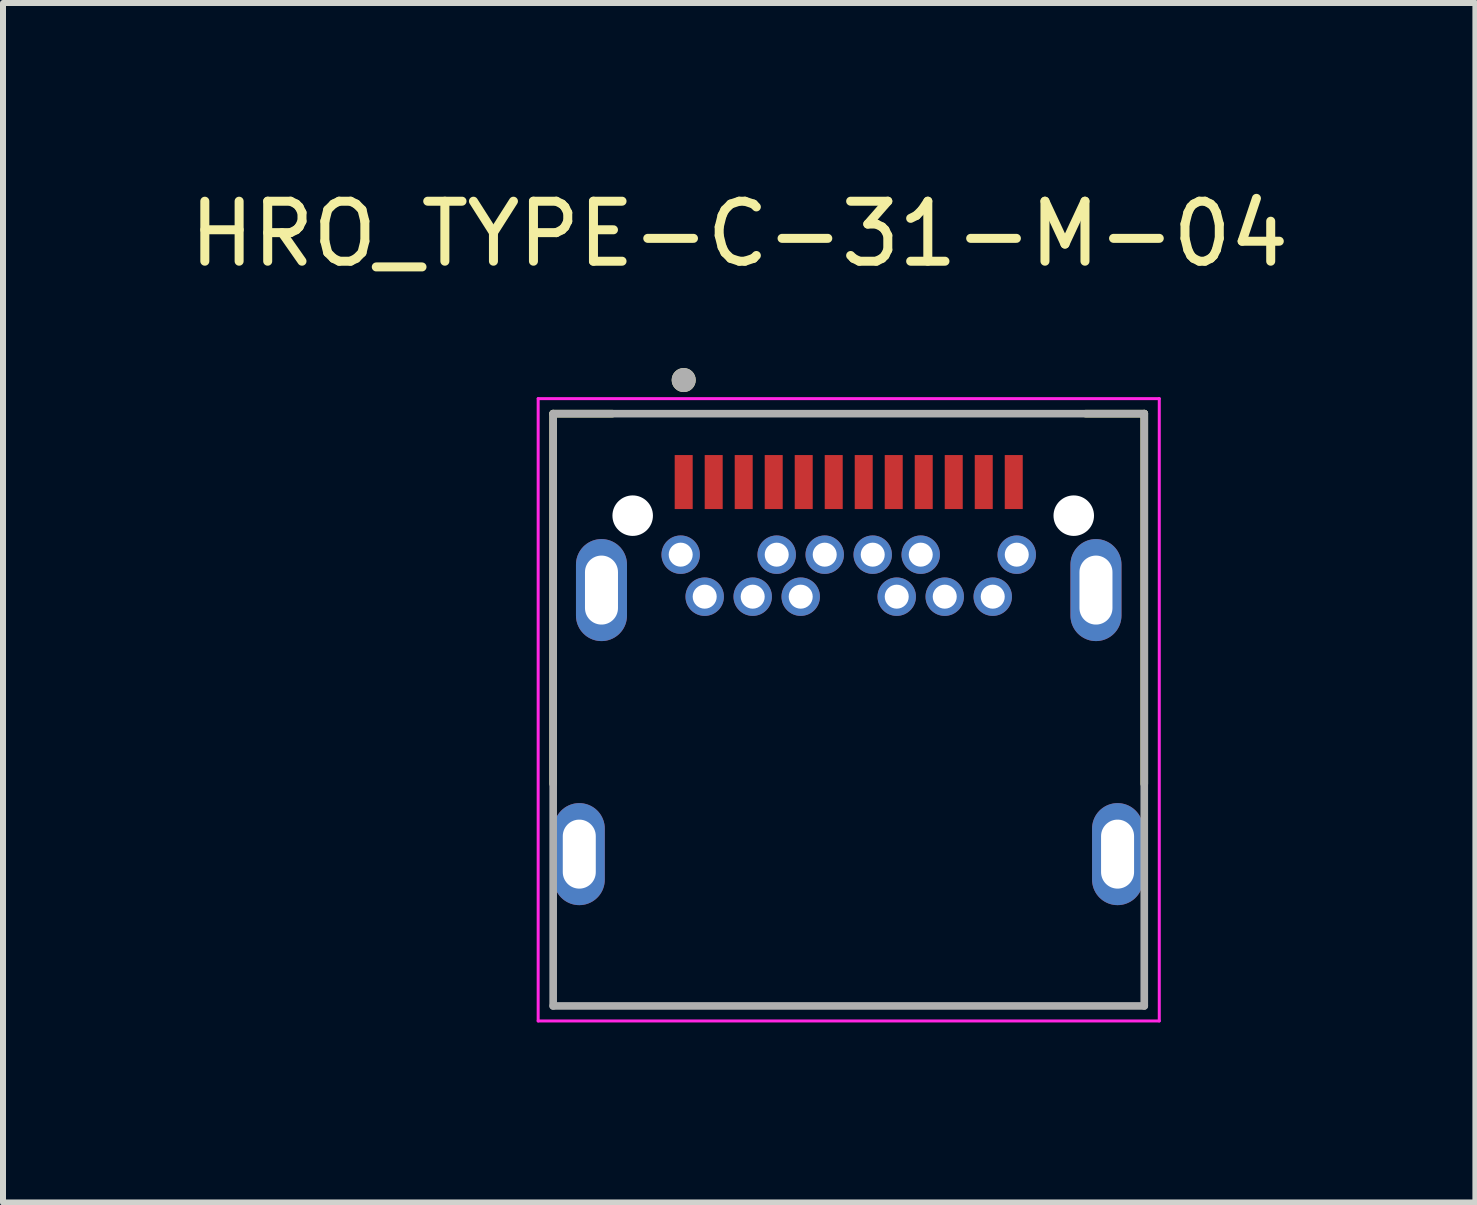
<source format=kicad_pcb>
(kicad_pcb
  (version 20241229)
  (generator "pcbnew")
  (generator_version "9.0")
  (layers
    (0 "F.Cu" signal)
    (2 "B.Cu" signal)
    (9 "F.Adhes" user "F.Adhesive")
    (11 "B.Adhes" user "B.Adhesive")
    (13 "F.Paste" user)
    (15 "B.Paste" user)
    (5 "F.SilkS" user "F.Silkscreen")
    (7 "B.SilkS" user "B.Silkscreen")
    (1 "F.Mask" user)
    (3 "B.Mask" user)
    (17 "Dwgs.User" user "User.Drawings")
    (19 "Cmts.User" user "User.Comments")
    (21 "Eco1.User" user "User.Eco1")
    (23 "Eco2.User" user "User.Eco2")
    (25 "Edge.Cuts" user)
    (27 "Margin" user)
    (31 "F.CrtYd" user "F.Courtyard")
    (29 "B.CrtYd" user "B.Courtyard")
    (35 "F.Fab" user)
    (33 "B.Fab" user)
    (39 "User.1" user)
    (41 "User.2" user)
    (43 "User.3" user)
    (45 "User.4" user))
  (footprint "HRO_TYPE-C-31-M-04"
    (layer "F.Cu")
    (at 11.093 4.983)
    (property "Reference" "HRO_TYPE-C-31-M-04" (at -1.825 -4.135 0) (layer "F.SilkS") (effects (font (size 1 1) (thickness 0.15))))
    (attr through_hole)
    (fp_line (start -4.925 5.03) (end -4.925 -1.14) (stroke (width 0.127) (type solid)) (layer "F.SilkS"))
    (fp_line (start -3.94 -1.14) (end -4.925 -1.14) (stroke (width 0.127) (type solid)) (layer "F.SilkS"))
    (fp_line (start 4.925 -1.14) (end 3.95 -1.14) (stroke (width 0.127) (type solid)) (layer "F.SilkS"))
    (fp_line (start 4.925 5.03) (end 4.925 -1.14) (stroke (width 0.127) (type solid)) (layer "F.SilkS"))
    (fp_circle (center -2.75 -1.7) (end -2.65 -1.7) (stroke (width 0.2) (type solid)) (fill no) (layer "F.SilkS"))
    (fp_line (start -5.175 -1.39) (end -5.175 8.98) (stroke (width 0.05) (type solid)) (layer "F.CrtYd"))
    (fp_line (start -5.175 8.98) (end 5.175 8.98) (stroke (width 0.05) (type solid)) (layer "F.CrtYd"))
    (fp_line (start 5.175 -1.39) (end -5.175 -1.39) (stroke (width 0.05) (type solid)) (layer "F.CrtYd"))
    (fp_line (start 5.175 8.98) (end 5.175 -1.39) (stroke (width 0.05) (type solid)) (layer "F.CrtYd"))
    (fp_line (start -4.925 8.73) (end -4.925 -1.14) (stroke (width 0.127) (type solid)) (layer "F.Fab"))
    (fp_line (start -4.925 8.73) (end 4.925 8.73) (stroke (width 0.127) (type solid)) (layer "F.Fab"))
    (fp_line (start 4.925 -1.14) (end -4.925 -1.14) (stroke (width 0.127) (type solid)) (layer "F.Fab"))
    (fp_line (start 4.925 8.73) (end 4.925 -1.14) (stroke (width 0.127) (type solid)) (layer "F.Fab"))
    (fp_circle (center -2.75 -1.7) (end -2.65 -1.7) (stroke (width 0.2) (type solid)) (fill no) (layer "F.Fab"))
    (pad "" np_thru_hole circle (at -3.6 0.56) (size 0.675 0.675) (drill 0.675) (layers "*.Cu" "*.Mask"))
    (pad "" np_thru_hole circle (at 3.75 0.56) (size 0.675 0.675) (drill 0.675) (layers "*.Cu" "*.Mask"))
    (pad "A1" smd rect (at -2.75 0) (size 0.3 0.9) (layers "F.Cu" "F.Mask" "F.Paste"))
    (pad "A2" smd rect (at -2.25 0) (size 0.3 0.9) (layers "F.Cu" "F.Mask" "F.Paste"))
    (pad "A3" smd rect (at -1.75 0) (size 0.3 0.9) (layers "F.Cu" "F.Mask" "F.Paste"))
    (pad "A4" smd rect (at -1.25 0) (size 0.3 0.9) (layers "F.Cu" "F.Mask" "F.Paste"))
    (pad "A5" smd rect (at -0.75 0) (size 0.3 0.9) (layers "F.Cu" "F.Mask" "F.Paste"))
    (pad "A6" smd rect (at -0.25 0) (size 0.3 0.9) (layers "F.Cu" "F.Mask" "F.Paste"))
    (pad "A7" smd rect (at 0.25 0) (size 0.3 0.9) (layers "F.Cu" "F.Mask" "F.Paste"))
    (pad "A8" smd rect (at 0.75 0) (size 0.3 0.9) (layers "F.Cu" "F.Mask" "F.Paste"))
    (pad "A9" smd rect (at 1.25 0) (size 0.3 0.9) (layers "F.Cu" "F.Mask" "F.Paste"))
    (pad "A10" smd rect (at 1.75 0) (size 0.3 0.9) (layers "F.Cu" "F.Mask" "F.Paste"))
    (pad "A11" smd rect (at 2.25 0) (size 0.3 0.9) (layers "F.Cu" "F.Mask" "F.Paste"))
    (pad "A12" smd rect (at 2.75 0) (size 0.3 0.9) (layers "F.Cu" "F.Mask" "F.Paste"))
    (pad "B1" thru_hole circle (at 2.8 1.21) (size 0.64 0.64) (drill 0.4) (layers "*.Cu" "*.Mask"))
    (pad "B2" thru_hole circle (at 2.4 1.91) (size 0.64 0.64) (drill 0.4) (layers "*.Cu" "*.Mask"))
    (pad "B3" thru_hole circle (at 1.6 1.91) (size 0.64 0.64) (drill 0.4) (layers "*.Cu" "*.Mask"))
    (pad "B4" thru_hole circle (at 1.2 1.21) (size 0.64 0.64) (drill 0.4) (layers "*.Cu" "*.Mask"))
    (pad "B5" thru_hole circle (at 0.8 1.91) (size 0.64 0.64) (drill 0.4) (layers "*.Cu" "*.Mask"))
    (pad "B6" thru_hole circle (at 0.4 1.21) (size 0.64 0.64) (drill 0.4) (layers "*.Cu" "*.Mask"))
    (pad "B7" thru_hole circle (at -0.4 1.21) (size 0.64 0.64) (drill 0.4) (layers "*.Cu" "*.Mask"))
    (pad "B8" thru_hole circle (at -0.8 1.91) (size 0.64 0.64) (drill 0.4) (layers "*.Cu" "*.Mask"))
    (pad "B9" thru_hole circle (at -1.2 1.21) (size 0.64 0.64) (drill 0.4) (layers "*.Cu" "*.Mask"))
    (pad "B10" thru_hole circle (at -1.6 1.91) (size 0.64 0.64) (drill 0.4) (layers "*.Cu" "*.Mask"))
    (pad "B11" thru_hole circle (at -2.4 1.91) (size 0.64 0.64) (drill 0.4) (layers "*.Cu" "*.Mask"))
    (pad "B12" thru_hole circle (at -2.8 1.21) (size 0.64 0.64) (drill 0.4) (layers "*.Cu" "*.Mask"))
    (pad "S5" thru_hole oval (at -4.12 1.8) (size 0.85 1.7) (drill oval 0.55 1.15) (layers "*.Cu" "*.Mask"))
    (pad "S6" thru_hole oval (at 4.12 1.8) (size 0.85 1.7) (drill oval 0.55 1.15) (layers "*.Cu" "*.Mask"))
    (pad "S7" thru_hole oval (at -4.49 6.2) (size 0.85 1.7) (drill oval 0.55 1.15) (layers "*.Cu" "*.Mask"))
    (pad "S8" thru_hole oval (at 4.48 6.2) (size 0.85 1.7) (drill oval 0.55 1.15) (layers "*.Cu" "*.Mask")))
  (gr_rect
    (start -3 -3)
    (end 21.536 16.988)
    (stroke (width 0.1) (type default))
    (fill no)
    (layer "Edge.Cuts")))
</source>
